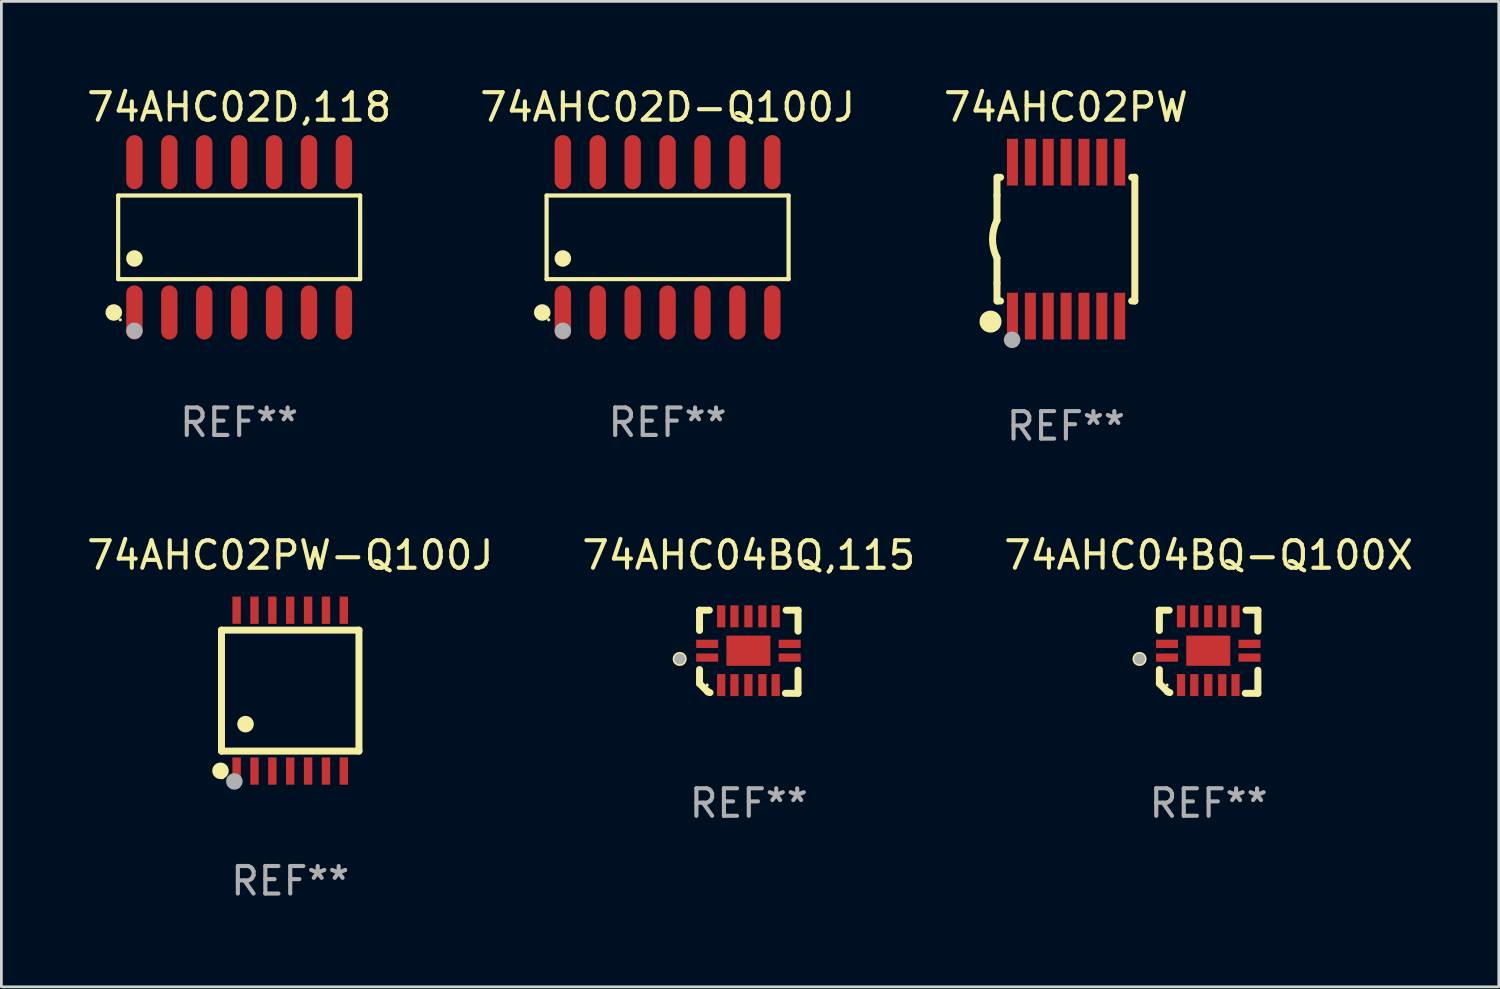
<source format=kicad_pcb>
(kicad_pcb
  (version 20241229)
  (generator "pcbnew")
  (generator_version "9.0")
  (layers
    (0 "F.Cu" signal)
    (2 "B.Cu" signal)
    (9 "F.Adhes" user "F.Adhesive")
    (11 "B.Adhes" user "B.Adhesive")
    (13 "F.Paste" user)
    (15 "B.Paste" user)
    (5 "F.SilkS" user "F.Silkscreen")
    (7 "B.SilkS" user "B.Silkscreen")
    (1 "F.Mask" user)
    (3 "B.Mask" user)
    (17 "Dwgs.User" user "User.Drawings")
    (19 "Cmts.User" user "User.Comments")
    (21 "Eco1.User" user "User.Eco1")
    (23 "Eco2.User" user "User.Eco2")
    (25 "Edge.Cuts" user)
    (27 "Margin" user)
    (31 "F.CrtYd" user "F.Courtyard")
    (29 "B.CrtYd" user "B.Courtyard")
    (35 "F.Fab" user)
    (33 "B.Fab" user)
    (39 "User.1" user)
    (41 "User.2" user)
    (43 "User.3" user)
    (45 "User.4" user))
  (footprint "74AHC04BQ,115"
    (layer "F.Cu")
    (at 24.185 20.656)
    (property "Reference" "74AHC04BQ,115" (at 0 -3.511 0) (layer "F.SilkS") (effects (font (size 1 1) (thickness 0.15))))
    (attr through_hole)
    (fp_line (start -1.791 -1.511) (end -1.435 -1.511) (stroke (width 0.254) (type solid)) (layer "F.SilkS"))
    (fp_line (start -1.791 -0.775) (end -1.791 -1.511) (stroke (width 0.254) (type solid)) (layer "F.SilkS"))
    (fp_line (start -1.791 1.156) (end -1.791 0.648) (stroke (width 0.254) (type solid)) (layer "F.SilkS"))
    (fp_line (start -1.486 1.461) (end -1.791 1.156) (stroke (width 0.254) (type solid)) (layer "F.SilkS"))
    (fp_line (start -1.41 1.486) (end -1.486 1.461) (stroke (width 0.254) (type solid)) (layer "F.SilkS"))
    (fp_line (start 1.334 1.511) (end 1.791 1.511) (stroke (width 0.254) (type solid)) (layer "F.SilkS"))
    (fp_line (start 1.791 -1.511) (end 1.359 -1.511) (stroke (width 0.254) (type solid)) (layer "F.SilkS"))
    (fp_line (start 1.791 -0.749) (end 1.791 -1.511) (stroke (width 0.254) (type solid)) (layer "F.SilkS"))
    (fp_line (start 1.791 1.511) (end 1.791 0.673) (stroke (width 0.254) (type solid)) (layer "F.SilkS"))
    (fp_circle (center -2.513 0.262) (end -2.383 0.262) (stroke (width 0.254) (type solid)) (fill no) (layer "F.SilkS"))
    (fp_circle (center -1.513 1.212) (end -1.483 1.212) (stroke (width 0.06) (type solid)) (fill no) (layer "F.SilkS"))
    (fp_circle (center -2.513 0.262) (end -2.413 0.262) (stroke (width 0.2) (type solid)) (fill no) (layer "F.Fab"))
    (fp_text user "REF**" (at 0 5.511 0) (layer "F.Fab") (effects (font (size 1 1) (thickness 0.15))))
    (pad "1" smd rect (at -1.513 0.212) (size 0.8 0.3) (layers "F.Cu" "F.Mask" "F.Paste"))
    (pad "2" smd rect (at -1.003 1.212) (size 0.3 0.8) (layers "F.Cu" "F.Mask" "F.Paste"))
    (pad "3" smd rect (at -0.521 1.212) (size 0.3 0.8) (layers "F.Cu" "F.Mask" "F.Paste"))
    (pad "4" smd rect (at -0.013 1.212) (size 0.3 0.8) (layers "F.Cu" "F.Mask" "F.Paste"))
    (pad "5" smd rect (at 0.495 1.212) (size 0.3 0.8) (layers "F.Cu" "F.Mask" "F.Paste"))
    (pad "6" smd rect (at 0.978 1.212) (size 0.3 0.8) (layers "F.Cu" "F.Mask" "F.Paste"))
    (pad "7" smd rect (at 1.487 0.212) (size 0.8 0.3) (layers "F.Cu" "F.Mask" "F.Paste"))
    (pad "8" smd rect (at 1.487 -0.288) (size 0.8 0.3) (layers "F.Cu" "F.Mask" "F.Paste"))
    (pad "9" smd rect (at 0.978 -1.288) (size 0.3 0.8) (layers "F.Cu" "F.Mask" "F.Paste"))
    (pad "10" smd rect (at 0.495 -1.288) (size 0.3 0.8) (layers "F.Cu" "F.Mask" "F.Paste"))
    (pad "11" smd rect (at -0.013 -1.288) (size 0.3 0.8) (layers "F.Cu" "F.Mask" "F.Paste"))
    (pad "12" smd rect (at -0.521 -1.288) (size 0.3 0.8) (layers "F.Cu" "F.Mask" "F.Paste"))
    (pad "13" smd rect (at -1.003 -1.288) (size 0.3 0.8) (layers "F.Cu" "F.Mask" "F.Paste"))
    (pad "14" smd rect (at -1.513 -0.288) (size 0.8 0.3) (layers "F.Cu" "F.Mask" "F.Paste"))
    (pad "15" smd rect (at -0.013 -0.038 90) (size 1.1 1.6) (layers "F.Cu" "F.Mask" "F.Paste")))
  (footprint "74AHC02D-Q100J"
    (layer "F.Cu")
    (at 21.232 5.582)
    (property "Reference" "74AHC02D-Q100J" (at 0 -4.734 0) (layer "F.SilkS") (effects (font (size 1 1) (thickness 0.15))))
    (attr through_hole)
    (fp_line (start -4.401 -1.521) (end 4.401 -1.521) (stroke (width 0.152) (type solid)) (layer "F.SilkS"))
    (fp_line (start -4.401 1.521) (end -4.401 -1.521) (stroke (width 0.152) (type solid)) (layer "F.SilkS"))
    (fp_line (start 4.401 -1.521) (end 4.401 1.521) (stroke (width 0.152) (type solid)) (layer "F.SilkS"))
    (fp_line (start 4.401 1.521) (end -4.401 1.521) (stroke (width 0.152) (type solid)) (layer "F.SilkS"))
    (fp_circle (center -4.56 2.734) (end -4.41 2.734) (stroke (width 0.3) (type solid)) (fill no) (layer "F.SilkS"))
    (fp_circle (center -4.325 3) (end -4.295 3) (stroke (width 0.06) (type solid)) (fill no) (layer "F.SilkS"))
    (fp_circle (center -3.81 0.769) (end -3.66 0.769) (stroke (width 0.3) (type solid)) (fill no) (layer "F.SilkS"))
    (fp_circle (center -3.81 3.4) (end -3.66 3.4) (stroke (width 0.3) (type solid)) (fill no) (layer "F.Fab"))
    (fp_text user "REF**" (at 0 6.734 0) (layer "F.Fab") (effects (font (size 1 1) (thickness 0.15))))
    (pad "1" smd oval (at -3.81 2.734) (size 0.595 1.968) (layers "F.Cu" "F.Mask" "F.Paste"))
    (pad "2" smd oval (at -2.54 2.734) (size 0.595 1.968) (layers "F.Cu" "F.Mask" "F.Paste"))
    (pad "3" smd oval (at -1.27 2.734) (size 0.595 1.968) (layers "F.Cu" "F.Mask" "F.Paste"))
    (pad "4" smd oval (at 0 2.734) (size 0.595 1.968) (layers "F.Cu" "F.Mask" "F.Paste"))
    (pad "5" smd oval (at 1.27 2.734) (size 0.595 1.968) (layers "F.Cu" "F.Mask" "F.Paste"))
    (pad "6" smd oval (at 2.54 2.734) (size 0.595 1.968) (layers "F.Cu" "F.Mask" "F.Paste"))
    (pad "7" smd oval (at 3.81 2.734) (size 0.595 1.968) (layers "F.Cu" "F.Mask" "F.Paste"))
    (pad "8" smd oval (at 3.81 -2.734) (size 0.595 1.968) (layers "F.Cu" "F.Mask" "F.Paste"))
    (pad "9" smd oval (at 2.54 -2.734) (size 0.595 1.968) (layers "F.Cu" "F.Mask" "F.Paste"))
    (pad "10" smd oval (at 1.27 -2.734) (size 0.595 1.968) (layers "F.Cu" "F.Mask" "F.Paste"))
    (pad "11" smd oval (at 0 -2.734) (size 0.595 1.968) (layers "F.Cu" "F.Mask" "F.Paste"))
    (pad "12" smd oval (at -1.27 -2.734) (size 0.595 1.968) (layers "F.Cu" "F.Mask" "F.Paste"))
    (pad "13" smd oval (at -2.54 -2.734) (size 0.595 1.968) (layers "F.Cu" "F.Mask" "F.Paste"))
    (pad "14" smd oval (at -3.81 -2.734) (size 0.595 1.968) (layers "F.Cu" "F.Mask" "F.Paste")))
  (footprint "74AHC02PW"
    (layer "F.Cu")
    (at 35.72 5.648)
    (property "Reference" "74AHC02PW" (at 0 -4.8 0) (layer "F.SilkS") (effects (font (size 1 1) (thickness 0.15))))
    (attr through_hole)
    (fp_line (start -2.507 -1.6) (end -2.507 -2.25) (stroke (width 0.254) (type solid)) (layer "F.SilkS"))
    (fp_line (start -2.507 -0.686) (end -2.507 -1.6) (stroke (width 0.254) (type solid)) (layer "F.SilkS"))
    (fp_line (start -2.507 1.6) (end -2.507 0.686) (stroke (width 0.254) (type solid)) (layer "F.SilkS"))
    (fp_line (start -2.507 1.6) (end -2.507 2.25) (stroke (width 0.254) (type solid)) (layer "F.SilkS"))
    (fp_line (start -2.493 -2.25) (end -2.377 -2.25) (stroke (width 0.254) (type solid)) (layer "F.SilkS"))
    (fp_line (start -2.377 2.25) (end -2.493 2.25) (stroke (width 0.254) (type solid)) (layer "F.SilkS"))
    (fp_line (start 2.392 -2.25) (end 2.507 -2.25) (stroke (width 0.254) (type solid)) (layer "F.SilkS"))
    (fp_line (start 2.507 -2.25) (end 2.507 2.25) (stroke (width 0.254) (type solid)) (layer "F.SilkS"))
    (fp_line (start 2.507 2.25) (end 2.392 2.25) (stroke (width 0.254) (type solid)) (layer "F.SilkS"))
    (fp_arc (start -2.507303 0.685802) (mid -2.669199 0) (end -2.507303 -0.685801) (stroke (width 0.254001) (type solid)) (layer "F.SilkS"))
    (fp_circle (center -2.743 3) (end -2.543 3) (stroke (width 0.4) (type solid)) (fill no) (layer "F.SilkS"))
    (fp_circle (center -2.493 3.2) (end -2.463 3.2) (stroke (width 0.06) (type solid)) (fill no) (layer "F.SilkS"))
    (fp_circle (center -1.957 3.662) (end -1.807 3.662) (stroke (width 0.3) (type solid)) (fill no) (layer "F.Fab"))
    (fp_text user "REF**" (at 0 6.8 0) (layer "F.Fab") (effects (font (size 1 1) (thickness 0.15))))
    (pad "1" smd rect (at -1.943 2.8) (size 0.4 1.7) (layers "F.Cu" "F.Mask" "F.Paste"))
    (pad "2" smd rect (at -1.293 2.8) (size 0.4 1.7) (layers "F.Cu" "F.Mask" "F.Paste"))
    (pad "3" smd rect (at -0.643 2.8) (size 0.4 1.7) (layers "F.Cu" "F.Mask" "F.Paste"))
    (pad "4" smd rect (at 0.007 2.8) (size 0.4 1.7) (layers "F.Cu" "F.Mask" "F.Paste"))
    (pad "5" smd rect (at 0.657 2.8) (size 0.4 1.7) (layers "F.Cu" "F.Mask" "F.Paste"))
    (pad "6" smd rect (at 1.307 2.8) (size 0.4 1.7) (layers "F.Cu" "F.Mask" "F.Paste"))
    (pad "7" smd rect (at 1.957 2.8) (size 0.4 1.7) (layers "F.Cu" "F.Mask" "F.Paste"))
    (pad "8" smd rect (at 1.957 -2.8) (size 0.4 1.7) (layers "F.Cu" "F.Mask" "F.Paste"))
    (pad "9" smd rect (at 1.307 -2.8) (size 0.4 1.7) (layers "F.Cu" "F.Mask" "F.Paste"))
    (pad "10" smd rect (at 0.657 -2.8) (size 0.4 1.7) (layers "F.Cu" "F.Mask" "F.Paste"))
    (pad "11" smd rect (at 0.007 -2.8) (size 0.4 1.7) (layers "F.Cu" "F.Mask" "F.Paste"))
    (pad "12" smd rect (at -0.643 -2.8) (size 0.4 1.7) (layers "F.Cu" "F.Mask" "F.Paste"))
    (pad "13" smd rect (at -1.293 -2.8) (size 0.4 1.7) (layers "F.Cu" "F.Mask" "F.Paste"))
    (pad "14" smd rect (at -1.943 -2.8) (size 0.4 1.7) (layers "F.Cu" "F.Mask" "F.Paste")))
  (footprint "74AHC04BQ-Q100X"
    (layer "F.Cu")
    (at 40.911 20.656)
    (property "Reference" "74AHC04BQ-Q100X" (at 0 -3.511 0) (layer "F.SilkS") (effects (font (size 1 1) (thickness 0.15))))
    (attr through_hole)
    (fp_line (start -1.791 -1.511) (end -1.435 -1.511) (stroke (width 0.254) (type solid)) (layer "F.SilkS"))
    (fp_line (start -1.791 -0.775) (end -1.791 -1.511) (stroke (width 0.254) (type solid)) (layer "F.SilkS"))
    (fp_line (start -1.791 1.156) (end -1.791 0.648) (stroke (width 0.254) (type solid)) (layer "F.SilkS"))
    (fp_line (start -1.486 1.461) (end -1.791 1.156) (stroke (width 0.254) (type solid)) (layer "F.SilkS"))
    (fp_line (start -1.41 1.486) (end -1.486 1.461) (stroke (width 0.254) (type solid)) (layer "F.SilkS"))
    (fp_line (start 1.334 1.511) (end 1.791 1.511) (stroke (width 0.254) (type solid)) (layer "F.SilkS"))
    (fp_line (start 1.791 -1.511) (end 1.359 -1.511) (stroke (width 0.254) (type solid)) (layer "F.SilkS"))
    (fp_line (start 1.791 -0.749) (end 1.791 -1.511) (stroke (width 0.254) (type solid)) (layer "F.SilkS"))
    (fp_line (start 1.791 1.511) (end 1.791 0.673) (stroke (width 0.254) (type solid)) (layer "F.SilkS"))
    (fp_circle (center -2.513 0.262) (end -2.383 0.262) (stroke (width 0.254) (type solid)) (fill no) (layer "F.SilkS"))
    (fp_circle (center -1.513 1.212) (end -1.483 1.212) (stroke (width 0.06) (type solid)) (fill no) (layer "F.SilkS"))
    (fp_circle (center -2.513 0.262) (end -2.413 0.262) (stroke (width 0.2) (type solid)) (fill no) (layer "F.Fab"))
    (fp_text user "REF**" (at 0 5.511 0) (layer "F.Fab") (effects (font (size 1 1) (thickness 0.15))))
    (pad "1" smd rect (at -1.513 0.212) (size 0.8 0.3) (layers "F.Cu" "F.Mask" "F.Paste"))
    (pad "2" smd rect (at -1.003 1.212) (size 0.3 0.8) (layers "F.Cu" "F.Mask" "F.Paste"))
    (pad "3" smd rect (at -0.521 1.212) (size 0.3 0.8) (layers "F.Cu" "F.Mask" "F.Paste"))
    (pad "4" smd rect (at -0.013 1.212) (size 0.3 0.8) (layers "F.Cu" "F.Mask" "F.Paste"))
    (pad "5" smd rect (at 0.495 1.212) (size 0.3 0.8) (layers "F.Cu" "F.Mask" "F.Paste"))
    (pad "6" smd rect (at 0.978 1.212) (size 0.3 0.8) (layers "F.Cu" "F.Mask" "F.Paste"))
    (pad "7" smd rect (at 1.487 0.212) (size 0.8 0.3) (layers "F.Cu" "F.Mask" "F.Paste"))
    (pad "8" smd rect (at 1.487 -0.288) (size 0.8 0.3) (layers "F.Cu" "F.Mask" "F.Paste"))
    (pad "9" smd rect (at 0.978 -1.288) (size 0.3 0.8) (layers "F.Cu" "F.Mask" "F.Paste"))
    (pad "10" smd rect (at 0.495 -1.288) (size 0.3 0.8) (layers "F.Cu" "F.Mask" "F.Paste"))
    (pad "11" smd rect (at -0.013 -1.288) (size 0.3 0.8) (layers "F.Cu" "F.Mask" "F.Paste"))
    (pad "12" smd rect (at -0.521 -1.288) (size 0.3 0.8) (layers "F.Cu" "F.Mask" "F.Paste"))
    (pad "13" smd rect (at -1.003 -1.288) (size 0.3 0.8) (layers "F.Cu" "F.Mask" "F.Paste"))
    (pad "14" smd rect (at -1.513 -0.288) (size 0.8 0.3) (layers "F.Cu" "F.Mask" "F.Paste"))
    (pad "15" smd rect (at -0.013 -0.038 90) (size 1.1 1.6) (layers "F.Cu" "F.Mask" "F.Paste")))
  (footprint "74AHC02PW-Q100J"
    (layer "F.Cu")
    (at 7.506 22.07)
    (property "Reference" "74AHC02PW-Q100J" (at 0 -4.925 0) (layer "F.SilkS") (effects (font (size 1 1) (thickness 0.15))))
    (attr through_hole)
    (fp_line (start -2.5 2.2) (end -2.5 -2.2) (stroke (width 0.254) (type solid)) (layer "F.SilkS"))
    (fp_line (start -2.5 2.2) (end 2.5 2.2) (stroke (width 0.254) (type solid)) (layer "F.SilkS"))
    (fp_line (start 2.5 -2.2) (end -2.5 -2.2) (stroke (width 0.254) (type solid)) (layer "F.SilkS"))
    (fp_line (start 2.5 -2.2) (end 2.5 2.2) (stroke (width 0.254) (type solid)) (layer "F.SilkS"))
    (fp_circle (center -2.536 2.917) (end -2.386 2.917) (stroke (width 0.3) (type solid)) (fill no) (layer "F.SilkS"))
    (fp_circle (center -2.47 3.17) (end -2.44 3.17) (stroke (width 0.06) (type solid)) (fill no) (layer "F.SilkS"))
    (fp_circle (center -1.626 1.219) (end -1.475 1.219) (stroke (width 0.3) (type solid)) (fill no) (layer "F.SilkS"))
    (fp_circle (center -2.032 3.302) (end -1.882 3.302) (stroke (width 0.3) (type solid)) (fill no) (layer "F.Fab"))
    (fp_text user "REF**" (at 0 6.925 0) (layer "F.Fab") (effects (font (size 1 1) (thickness 0.15))))
    (pad "1" smd rect (at -1.95 2.925) (size 0.305 0.991) (layers "F.Cu" "F.Mask" "F.Paste"))
    (pad "2" smd rect (at -1.3 2.925) (size 0.305 0.991) (layers "F.Cu" "F.Mask" "F.Paste"))
    (pad "3" smd rect (at -0.65 2.925) (size 0.305 0.991) (layers "F.Cu" "F.Mask" "F.Paste"))
    (pad "4" smd rect (at 0 2.925) (size 0.305 0.991) (layers "F.Cu" "F.Mask" "F.Paste"))
    (pad "5" smd rect (at 0.65 2.925) (size 0.305 0.991) (layers "F.Cu" "F.Mask" "F.Paste"))
    (pad "6" smd rect (at 1.3 2.925) (size 0.305 0.991) (layers "F.Cu" "F.Mask" "F.Paste"))
    (pad "7" smd rect (at 1.95 2.925) (size 0.305 0.991) (layers "F.Cu" "F.Mask" "F.Paste"))
    (pad "8" smd rect (at 1.95 -2.925) (size 0.305 0.991) (layers "F.Cu" "F.Mask" "F.Paste"))
    (pad "9" smd rect (at 1.3 -2.925) (size 0.305 0.991) (layers "F.Cu" "F.Mask" "F.Paste"))
    (pad "10" smd rect (at 0.65 -2.925) (size 0.305 0.991) (layers "F.Cu" "F.Mask" "F.Paste"))
    (pad "11" smd rect (at 0 -2.925) (size 0.305 0.991) (layers "F.Cu" "F.Mask" "F.Paste"))
    (pad "12" smd rect (at -0.65 -2.925) (size 0.305 0.991) (layers "F.Cu" "F.Mask" "F.Paste"))
    (pad "13" smd rect (at -1.3 -2.925) (size 0.305 0.991) (layers "F.Cu" "F.Mask" "F.Paste"))
    (pad "14" smd rect (at -1.95 -2.925) (size 0.305 0.991) (layers "F.Cu" "F.Mask" "F.Paste")))
  (footprint "74AHC02D,118"
    (layer "F.Cu")
    (at 5.649 5.582)
    (property "Reference" "74AHC02D,118" (at 0 -4.734 0) (layer "F.SilkS") (effects (font (size 1 1) (thickness 0.15))))
    (attr through_hole)
    (fp_line (start -4.401 -1.521) (end 4.401 -1.521) (stroke (width 0.152) (type solid)) (layer "F.SilkS"))
    (fp_line (start -4.401 1.521) (end -4.401 -1.521) (stroke (width 0.152) (type solid)) (layer "F.SilkS"))
    (fp_line (start 4.401 -1.521) (end 4.401 1.521) (stroke (width 0.152) (type solid)) (layer "F.SilkS"))
    (fp_line (start 4.401 1.521) (end -4.401 1.521) (stroke (width 0.152) (type solid)) (layer "F.SilkS"))
    (fp_circle (center -4.56 2.734) (end -4.41 2.734) (stroke (width 0.3) (type solid)) (fill no) (layer "F.SilkS"))
    (fp_circle (center -4.325 3) (end -4.295 3) (stroke (width 0.06) (type solid)) (fill no) (layer "F.SilkS"))
    (fp_circle (center -3.81 0.769) (end -3.66 0.769) (stroke (width 0.3) (type solid)) (fill no) (layer "F.SilkS"))
    (fp_circle (center -3.81 3.4) (end -3.66 3.4) (stroke (width 0.3) (type solid)) (fill no) (layer "F.Fab"))
    (fp_text user "REF**" (at 0 6.734 0) (layer "F.Fab") (effects (font (size 1 1) (thickness 0.15))))
    (pad "1" smd oval (at -3.81 2.734) (size 0.595 1.968) (layers "F.Cu" "F.Mask" "F.Paste"))
    (pad "2" smd oval (at -2.54 2.734) (size 0.595 1.968) (layers "F.Cu" "F.Mask" "F.Paste"))
    (pad "3" smd oval (at -1.27 2.734) (size 0.595 1.968) (layers "F.Cu" "F.Mask" "F.Paste"))
    (pad "4" smd oval (at 0 2.734) (size 0.595 1.968) (layers "F.Cu" "F.Mask" "F.Paste"))
    (pad "5" smd oval (at 1.27 2.734) (size 0.595 1.968) (layers "F.Cu" "F.Mask" "F.Paste"))
    (pad "6" smd oval (at 2.54 2.734) (size 0.595 1.968) (layers "F.Cu" "F.Mask" "F.Paste"))
    (pad "7" smd oval (at 3.81 2.734) (size 0.595 1.968) (layers "F.Cu" "F.Mask" "F.Paste"))
    (pad "8" smd oval (at 3.81 -2.734) (size 0.595 1.968) (layers "F.Cu" "F.Mask" "F.Paste"))
    (pad "9" smd oval (at 2.54 -2.734) (size 0.595 1.968) (layers "F.Cu" "F.Mask" "F.Paste"))
    (pad "10" smd oval (at 1.27 -2.734) (size 0.595 1.968) (layers "F.Cu" "F.Mask" "F.Paste"))
    (pad "11" smd oval (at 0 -2.734) (size 0.595 1.968) (layers "F.Cu" "F.Mask" "F.Paste"))
    (pad "12" smd oval (at -1.27 -2.734) (size 0.595 1.968) (layers "F.Cu" "F.Mask" "F.Paste"))
    (pad "13" smd oval (at -2.54 -2.734) (size 0.595 1.968) (layers "F.Cu" "F.Mask" "F.Paste"))
    (pad "14" smd oval (at -3.81 -2.734) (size 0.595 1.968) (layers "F.Cu" "F.Mask" "F.Paste")))
  (gr_rect
    (start -3 -3)
    (end 51.464 32.843)
    (stroke (width 0.1) (type default))
    (fill no)
    (layer "Edge.Cuts")))
</source>
